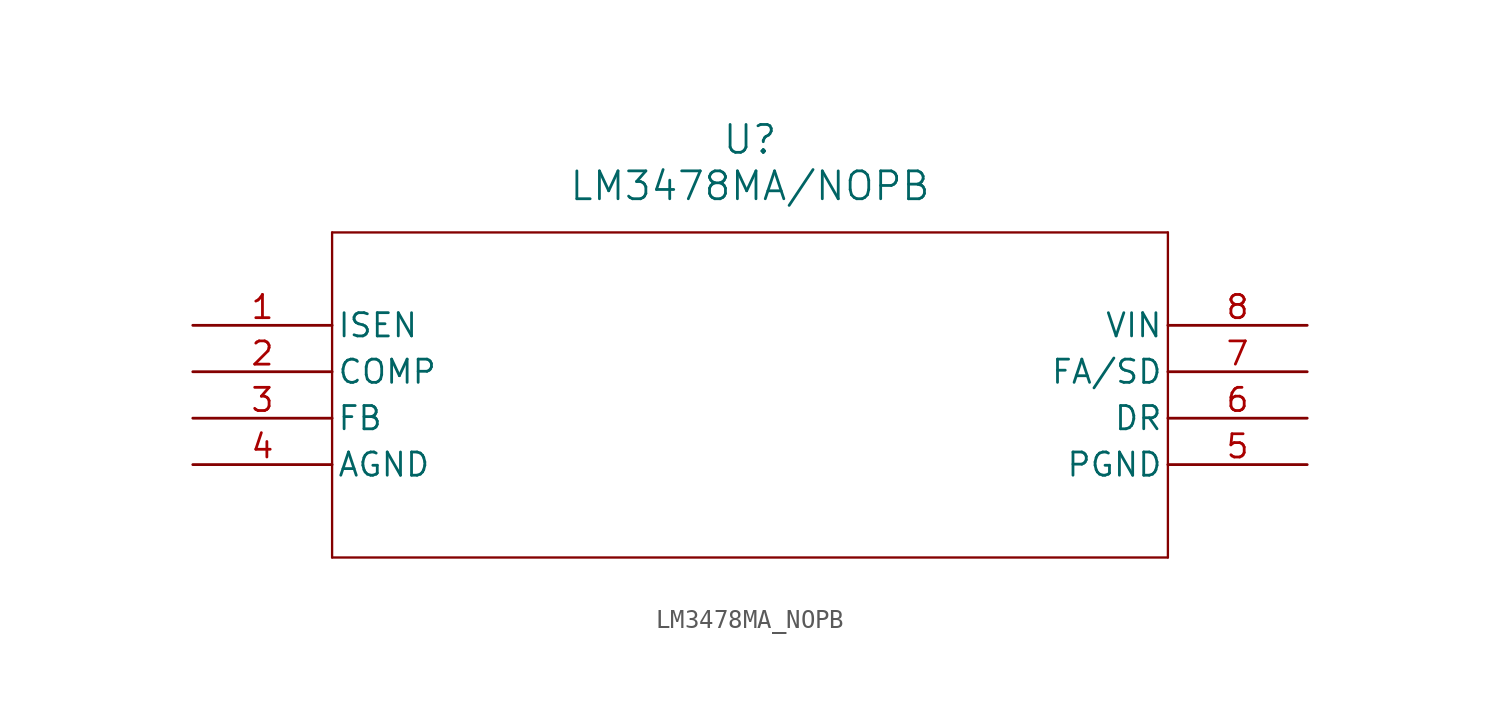
<source format=kicad_sym>
(kicad_symbol_lib
  (version 20211014)
  (generator kicad_symbol_editor)
  (symbol "LM3478MA_NOPB"
    (pin_names
      (offset 0.254))
    (property "Reference" "U"
      (at 30.48 10.16 0)
      (effects (font (size 1.524 1.524))))
    (property "Value" "LM3478MA/NOPB"
      (at 30.48 7.62 0)
      (effects (font (size 1.524 1.524))))
    (symbol "LM3478MA_NOPB_0_1"
      (polyline (pts (xy 7.62 5.08) (xy 7.62 -12.7)) (stroke (width 0.127) (type default) (color 0 0 0 0)) (fill (type none)))
      (polyline (pts (xy 7.62 -12.7) (xy 53.34 -12.7)) (stroke (width 0.127) (type default) (color 0 0 0 0)) (fill (type none)))
      (polyline (pts (xy 53.34 -12.7) (xy 53.34 5.08)) (stroke (width 0.127) (type default) (color 0 0 0 0)) (fill (type none)))
      (polyline (pts (xy 53.34 5.08) (xy 7.62 5.08)) (stroke (width 0.127) (type default) (color 0 0 0 0)) (fill (type none)))
      (pin input line (at 0 0 0) (length 7.62) (name "ISEN" (effects (font (size 1.27 1.27)))) (number "1" (effects (font (size 1.27 1.27)))))
      (pin unspecified line (at 0 -2.54 0) (length 7.62) (name "COMP" (effects (font (size 1.27 1.27)))) (number "2" (effects (font (size 1.27 1.27)))))
      (pin output line (at 0 -5.08 0) (length 7.62) (name "FB" (effects (font (size 1.27 1.27)))) (number "3" (effects (font (size 1.27 1.27)))))
      (pin power_in line (at 0 -7.62 0) (length 7.62) (name "AGND" (effects (font (size 1.27 1.27)))) (number "4" (effects (font (size 1.27 1.27)))))
      (pin power_in line (at 60.96 -7.62 180) (length 7.62) (name "PGND" (effects (font (size 1.27 1.27)))) (number "5" (effects (font (size 1.27 1.27)))))
      (pin unspecified line (at 60.96 -5.08 180) (length 7.62) (name "DR" (effects (font (size 1.27 1.27)))) (number "6" (effects (font (size 1.27 1.27)))))
      (pin bidirectional line (at 60.96 -2.54 180) (length 7.62) (name "FA/SD" (effects (font (size 1.27 1.27)))) (number "7" (effects (font (size 1.27 1.27)))))
      (pin input line (at 60.96 0 180) (length 7.62) (name "VIN" (effects (font (size 1.27 1.27)))) (number "8" (effects (font (size 1.27 1.27))))))))
</source>
